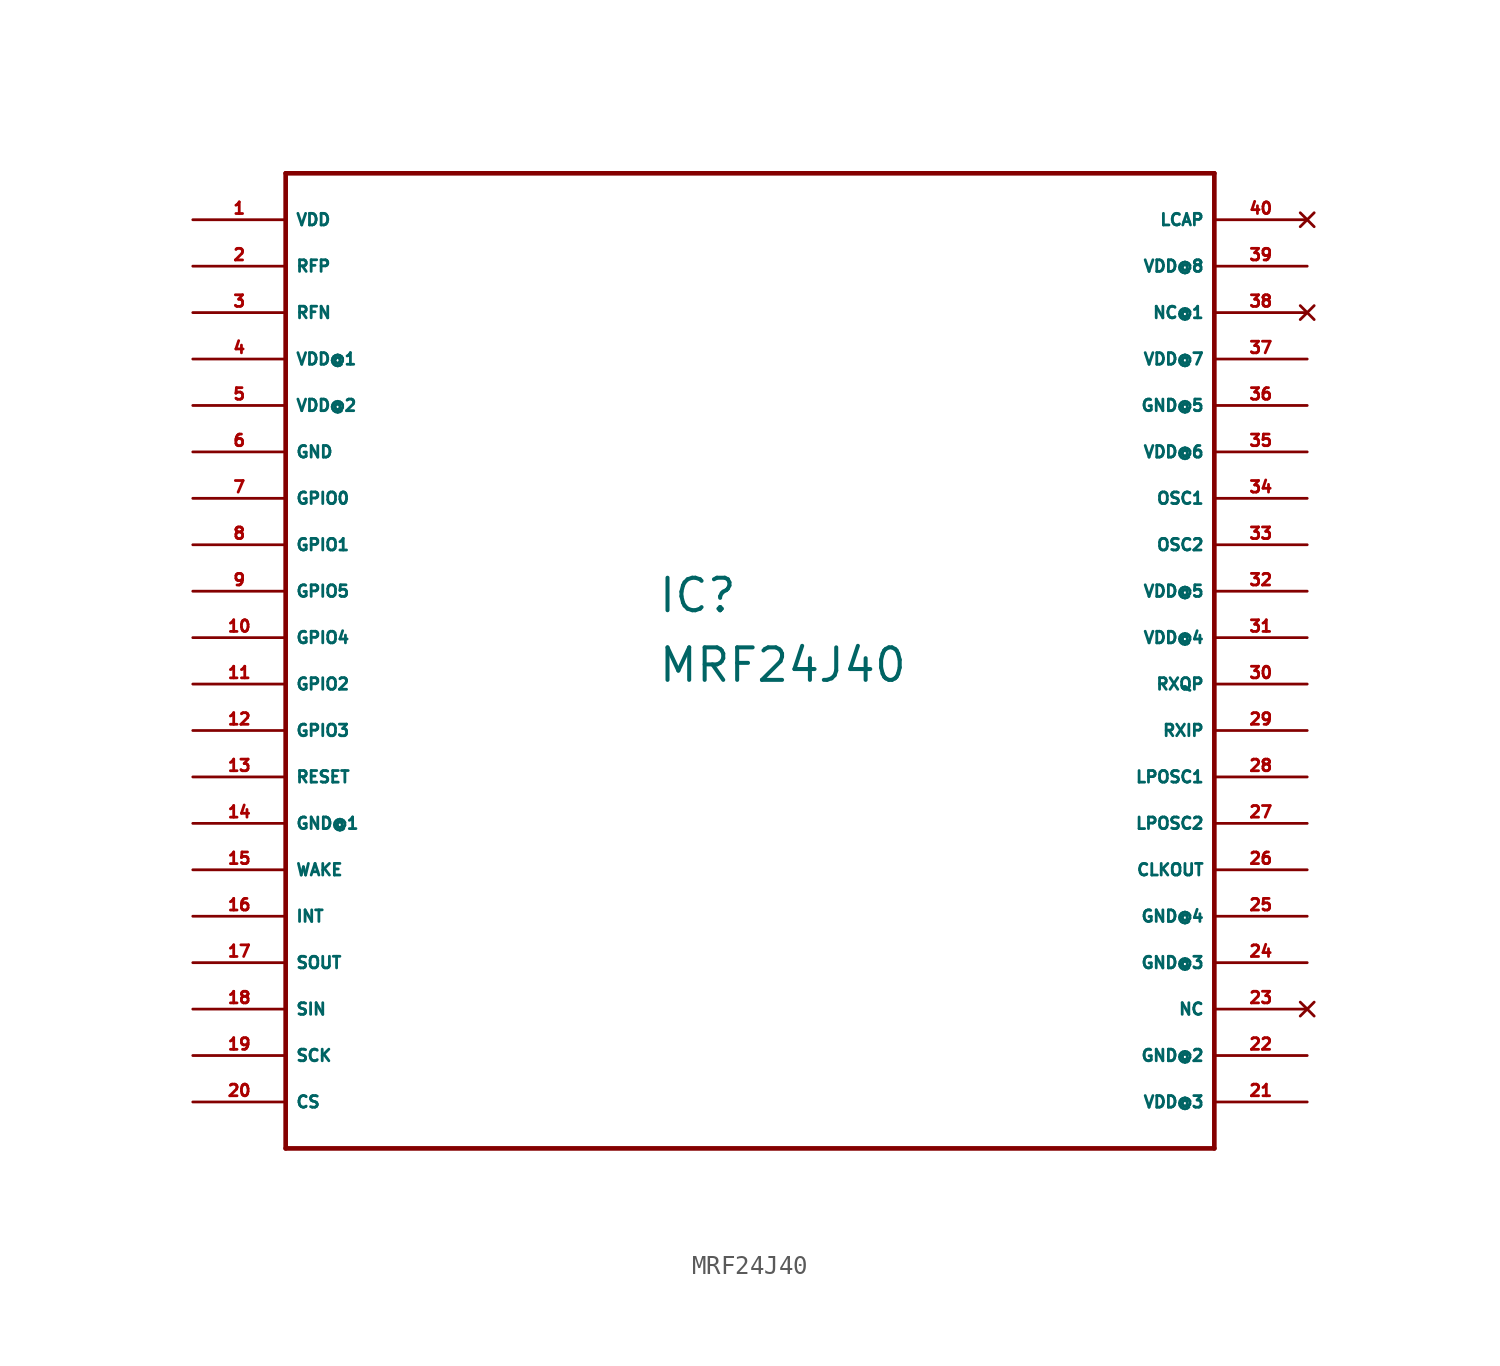
<source format=kicad_sym>
(kicad_symbol_lib
  (version 20220914)
  (generator Eagle2Kicad)
  (symbol "MRF24J40"
    (property "Reference" "IC"
      (at -5.08 1.27 0)
      (effects (font (size 1.778 1.778) (thickness 0.22)) (justify left bottom)))
    (property "Value" "MRF24J40"
      (at -5.08 -2.54 0)
      (effects (font (size 1.778 1.778) (thickness 0.22)) (justify left bottom)))
    (polyline
      (pts (xy -25.4 -27.94) (xy 25.4 -27.94))
      (stroke (width 0.254) (type default))
      (fill (type none)))
    (polyline
      (pts (xy 25.4 -27.94) (xy 25.4 25.4))
      (stroke (width 0.254) (type default))
      (fill (type none)))
    (polyline
      (pts (xy 25.4 25.4) (xy -25.4 25.4))
      (stroke (width 0.254) (type default))
      (fill (type none)))
    (polyline
      (pts (xy -25.4 25.4) (xy -25.4 -27.94))
      (stroke (width 0.254) (type default))
      (fill (type none)))
    (pin unspecified line
      (at -30.48 22.86 0)
      (length 5.08)
      (name "VDD" (effects (font (size 0.635 0.635) (thickness 0.08)) (justify left bottom)))
      (number "1" (effects (font (size 0.635 0.635) (thickness 0.08)) (justify left bottom))))
    (pin bidirectional line
      (at -30.48 20.32 0)
      (length 5.08)
      (name "RFP" (effects (font (size 0.635 0.635) (thickness 0.08)) (justify left bottom)))
      (number "2" (effects (font (size 0.635 0.635) (thickness 0.08)) (justify left bottom))))
    (pin bidirectional line
      (at -30.48 17.78 0)
      (length 5.08)
      (name "RFN" (effects (font (size 0.635 0.635) (thickness 0.08)) (justify left bottom)))
      (number "3" (effects (font (size 0.635 0.635) (thickness 0.08)) (justify left bottom))))
    (pin unspecified line
      (at -30.48 15.24 0)
      (length 5.08)
      (name "VDD@1" (effects (font (size 0.635 0.635) (thickness 0.08)) (justify left bottom)))
      (number "4" (effects (font (size 0.635 0.635) (thickness 0.08)) (justify left bottom))))
    (pin unspecified line
      (at -30.48 12.7 0)
      (length 5.08)
      (name "VDD@2" (effects (font (size 0.635 0.635) (thickness 0.08)) (justify left bottom)))
      (number "5" (effects (font (size 0.635 0.635) (thickness 0.08)) (justify left bottom))))
    (pin unspecified line
      (at -30.48 10.16 0)
      (length 5.08)
      (name "GND" (effects (font (size 0.635 0.635) (thickness 0.08)) (justify left bottom)))
      (number "6" (effects (font (size 0.635 0.635) (thickness 0.08)) (justify left bottom))))
    (pin input line
      (at -30.48 7.62 0)
      (length 5.08)
      (name "GPIO0" (effects (font (size 0.635 0.635) (thickness 0.08)) (justify left bottom)))
      (number "7" (effects (font (size 0.635 0.635) (thickness 0.08)) (justify left bottom))))
    (pin input line
      (at -30.48 5.08 0)
      (length 5.08)
      (name "GPIO1" (effects (font (size 0.635 0.635) (thickness 0.08)) (justify left bottom)))
      (number "8" (effects (font (size 0.635 0.635) (thickness 0.08)) (justify left bottom))))
    (pin input line
      (at -30.48 2.54 0)
      (length 5.08)
      (name "GPIO5" (effects (font (size 0.635 0.635) (thickness 0.08)) (justify left bottom)))
      (number "9" (effects (font (size 0.635 0.635) (thickness 0.08)) (justify left bottom))))
    (pin input line
      (at -30.48 0 0)
      (length 5.08)
      (name "GPIO4" (effects (font (size 0.635 0.635) (thickness 0.08)) (justify left bottom)))
      (number "10" (effects (font (size 0.635 0.635) (thickness 0.08)) (justify left bottom))))
    (pin input line
      (at -30.48 -2.54 0)
      (length 5.08)
      (name "GPIO2" (effects (font (size 0.635 0.635) (thickness 0.08)) (justify left bottom)))
      (number "11" (effects (font (size 0.635 0.635) (thickness 0.08)) (justify left bottom))))
    (pin input line
      (at -30.48 -5.08 0)
      (length 5.08)
      (name "GPIO3" (effects (font (size 0.635 0.635) (thickness 0.08)) (justify left bottom)))
      (number "12" (effects (font (size 0.635 0.635) (thickness 0.08)) (justify left bottom))))
    (pin input line
      (at -30.48 -7.62 0)
      (length 5.08)
      (name "RESET" (effects (font (size 0.635 0.635) (thickness 0.08)) (justify left bottom)))
      (number "13" (effects (font (size 0.635 0.635) (thickness 0.08)) (justify left bottom))))
    (pin unspecified line
      (at -30.48 -10.16 0)
      (length 5.08)
      (name "GND@1" (effects (font (size 0.635 0.635) (thickness 0.08)) (justify left bottom)))
      (number "14" (effects (font (size 0.635 0.635) (thickness 0.08)) (justify left bottom))))
    (pin input line
      (at -30.48 -12.7 0)
      (length 5.08)
      (name "WAKE" (effects (font (size 0.635 0.635) (thickness 0.08)) (justify left bottom)))
      (number "15" (effects (font (size 0.635 0.635) (thickness 0.08)) (justify left bottom))))
    (pin output line
      (at -30.48 -15.24 0)
      (length 5.08)
      (name "INT" (effects (font (size 0.635 0.635) (thickness 0.08)) (justify left bottom)))
      (number "16" (effects (font (size 0.635 0.635) (thickness 0.08)) (justify left bottom))))
    (pin input line
      (at -30.48 -17.78 0)
      (length 5.08)
      (name "SOUT" (effects (font (size 0.635 0.635) (thickness 0.08)) (justify left bottom)))
      (number "17" (effects (font (size 0.635 0.635) (thickness 0.08)) (justify left bottom))))
    (pin input line
      (at -30.48 -20.32 0)
      (length 5.08)
      (name "SIN" (effects (font (size 0.635 0.635) (thickness 0.08)) (justify left bottom)))
      (number "18" (effects (font (size 0.635 0.635) (thickness 0.08)) (justify left bottom))))
    (pin input line
      (at -30.48 -22.86 0)
      (length 5.08)
      (name "SCK" (effects (font (size 0.635 0.635) (thickness 0.08)) (justify left bottom)))
      (number "19" (effects (font (size 0.635 0.635) (thickness 0.08)) (justify left bottom))))
    (pin input line
      (at -30.48 -25.4 0)
      (length 5.08)
      (name "CS" (effects (font (size 0.635 0.635) (thickness 0.08)) (justify left bottom)))
      (number "20" (effects (font (size 0.635 0.635) (thickness 0.08)) (justify left bottom))))
    (pin unspecified line
      (at 30.48 -25.4 180)
      (length 5.08)
      (name "VDD@3" (effects (font (size 0.635 0.635) (thickness 0.08)) (justify left bottom)))
      (number "21" (effects (font (size 0.635 0.635) (thickness 0.08)) (justify left bottom))))
    (pin unspecified line
      (at 30.48 -22.86 180)
      (length 5.08)
      (name "GND@2" (effects (font (size 0.635 0.635) (thickness 0.08)) (justify left bottom)))
      (number "22" (effects (font (size 0.635 0.635) (thickness 0.08)) (justify left bottom))))
    (pin no_connect line
      (at 30.48 -20.32 180)
      (length 5.08)
      (name "NC" (effects (font (size 0.635 0.635) (thickness 0.08)) (justify left bottom) hide))
      (number "23" (effects (font (size 0.635 0.635) (thickness 0.08)) (justify left bottom) hide)))
    (pin unspecified line
      (at 30.48 -17.78 180)
      (length 5.08)
      (name "GND@3" (effects (font (size 0.635 0.635) (thickness 0.08)) (justify left bottom)))
      (number "24" (effects (font (size 0.635 0.635) (thickness 0.08)) (justify left bottom))))
    (pin unspecified line
      (at 30.48 -15.24 180)
      (length 5.08)
      (name "GND@4" (effects (font (size 0.635 0.635) (thickness 0.08)) (justify left bottom)))
      (number "25" (effects (font (size 0.635 0.635) (thickness 0.08)) (justify left bottom))))
    (pin input line
      (at 30.48 -12.7 180)
      (length 5.08)
      (name "CLKOUT" (effects (font (size 0.635 0.635) (thickness 0.08)) (justify left bottom)))
      (number "26" (effects (font (size 0.635 0.635) (thickness 0.08)) (justify left bottom))))
    (pin input line
      (at 30.48 -10.16 180)
      (length 5.08)
      (name "LPOSC2" (effects (font (size 0.635 0.635) (thickness 0.08)) (justify left bottom)))
      (number "27" (effects (font (size 0.635 0.635) (thickness 0.08)) (justify left bottom))))
    (pin input line
      (at 30.48 -7.62 180)
      (length 5.08)
      (name "LPOSC1" (effects (font (size 0.635 0.635) (thickness 0.08)) (justify left bottom)))
      (number "28" (effects (font (size 0.635 0.635) (thickness 0.08)) (justify left bottom))))
    (pin output line
      (at 30.48 -5.08 180)
      (length 5.08)
      (name "RXIP" (effects (font (size 0.635 0.635) (thickness 0.08)) (justify left bottom)))
      (number "29" (effects (font (size 0.635 0.635) (thickness 0.08)) (justify left bottom))))
    (pin output line
      (at 30.48 -2.54 180)
      (length 5.08)
      (name "RXQP" (effects (font (size 0.635 0.635) (thickness 0.08)) (justify left bottom)))
      (number "30" (effects (font (size 0.635 0.635) (thickness 0.08)) (justify left bottom))))
    (pin unspecified line
      (at 30.48 0 180)
      (length 5.08)
      (name "VDD@4" (effects (font (size 0.635 0.635) (thickness 0.08)) (justify left bottom)))
      (number "31" (effects (font (size 0.635 0.635) (thickness 0.08)) (justify left bottom))))
    (pin unspecified line
      (at 30.48 2.54 180)
      (length 5.08)
      (name "VDD@5" (effects (font (size 0.635 0.635) (thickness 0.08)) (justify left bottom)))
      (number "32" (effects (font (size 0.635 0.635) (thickness 0.08)) (justify left bottom))))
    (pin input line
      (at 30.48 5.08 180)
      (length 5.08)
      (name "OSC2" (effects (font (size 0.635 0.635) (thickness 0.08)) (justify left bottom)))
      (number "33" (effects (font (size 0.635 0.635) (thickness 0.08)) (justify left bottom))))
    (pin input line
      (at 30.48 7.62 180)
      (length 5.08)
      (name "OSC1" (effects (font (size 0.635 0.635) (thickness 0.08)) (justify left bottom)))
      (number "34" (effects (font (size 0.635 0.635) (thickness 0.08)) (justify left bottom))))
    (pin unspecified line
      (at 30.48 10.16 180)
      (length 5.08)
      (name "VDD@6" (effects (font (size 0.635 0.635) (thickness 0.08)) (justify left bottom)))
      (number "35" (effects (font (size 0.635 0.635) (thickness 0.08)) (justify left bottom))))
    (pin unspecified line
      (at 30.48 12.7 180)
      (length 5.08)
      (name "GND@5" (effects (font (size 0.635 0.635) (thickness 0.08)) (justify left bottom)))
      (number "36" (effects (font (size 0.635 0.635) (thickness 0.08)) (justify left bottom))))
    (pin unspecified line
      (at 30.48 15.24 180)
      (length 5.08)
      (name "VDD@7" (effects (font (size 0.635 0.635) (thickness 0.08)) (justify left bottom)))
      (number "37" (effects (font (size 0.635 0.635) (thickness 0.08)) (justify left bottom))))
    (pin no_connect line
      (at 30.48 17.78 180)
      (length 5.08)
      (name "NC@1" (effects (font (size 0.635 0.635) (thickness 0.08)) (justify left bottom) hide))
      (number "38" (effects (font (size 0.635 0.635) (thickness 0.08)) (justify left bottom) hide)))
    (pin unspecified line
      (at 30.48 20.32 180)
      (length 5.08)
      (name "VDD@8" (effects (font (size 0.635 0.635) (thickness 0.08)) (justify left bottom)))
      (number "39" (effects (font (size 0.635 0.635) (thickness 0.08)) (justify left bottom))))
    (pin no_connect line
      (at 30.48 22.86 180)
      (length 5.08)
      (name "LCAP" (effects (font (size 0.635 0.635) (thickness 0.08)) (justify left bottom) hide))
      (number "40" (effects (font (size 0.635 0.635) (thickness 0.08)) (justify left bottom) hide)))))
</source>
